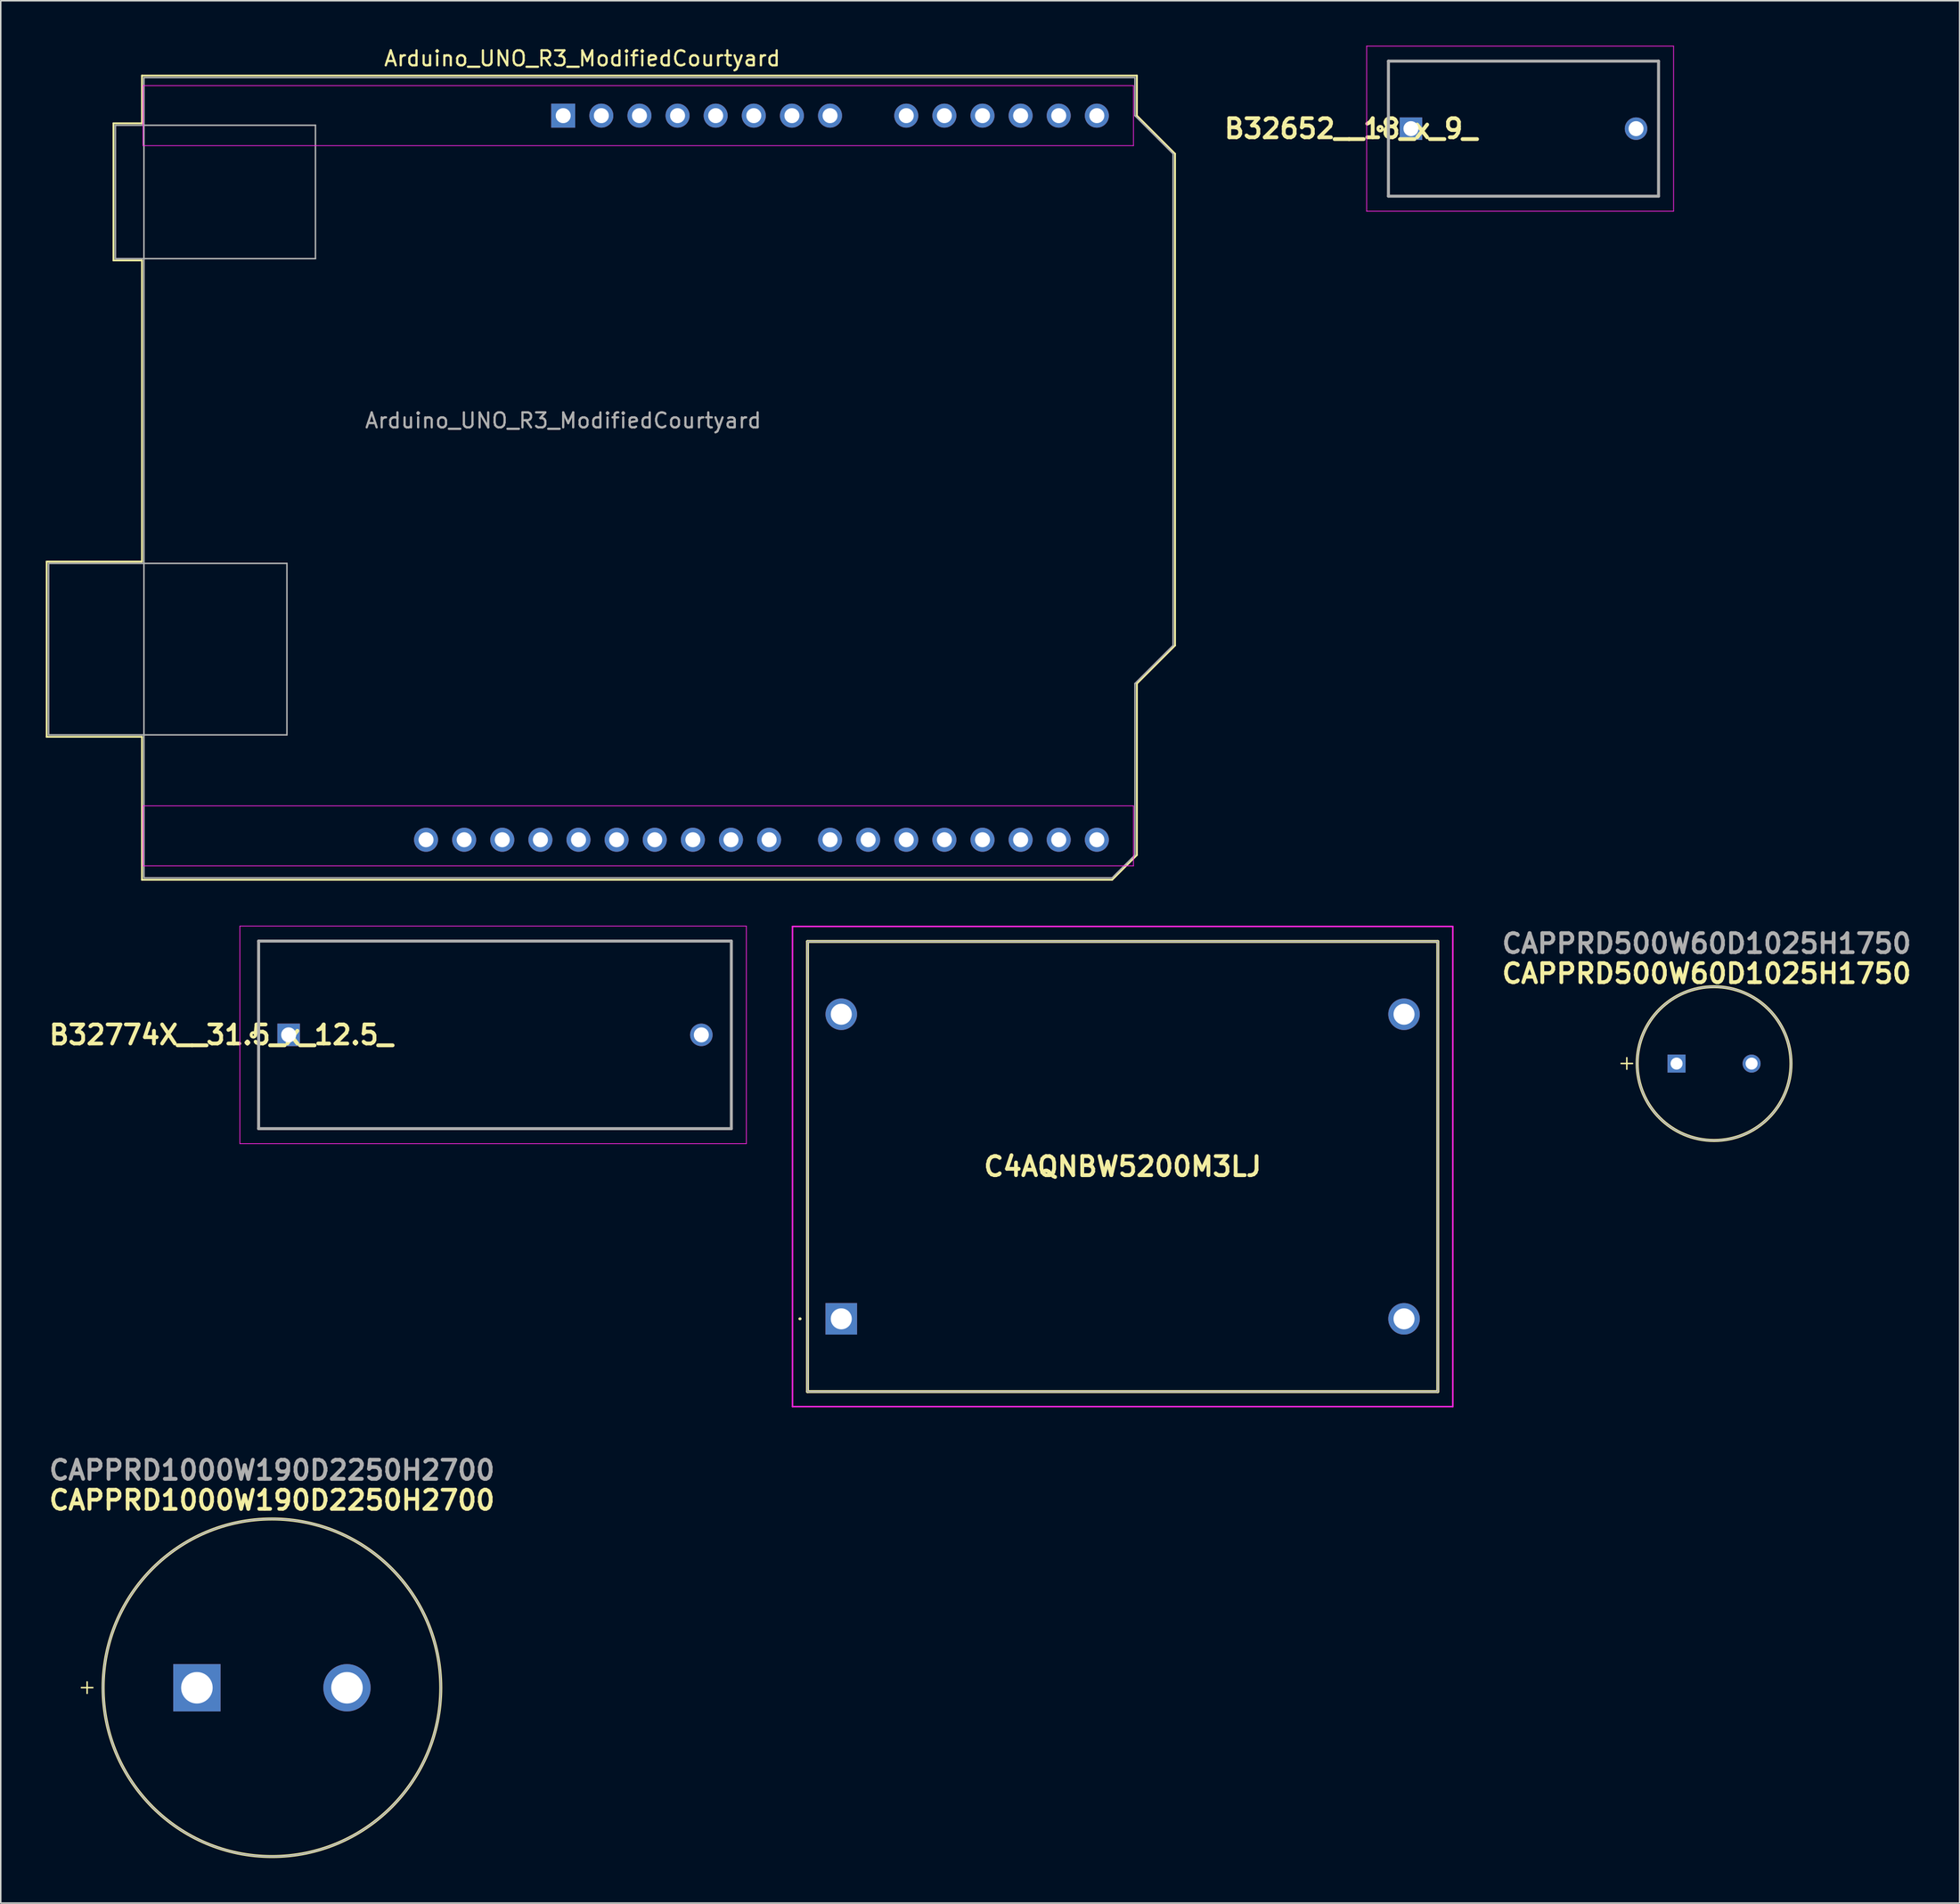
<source format=kicad_pcb>
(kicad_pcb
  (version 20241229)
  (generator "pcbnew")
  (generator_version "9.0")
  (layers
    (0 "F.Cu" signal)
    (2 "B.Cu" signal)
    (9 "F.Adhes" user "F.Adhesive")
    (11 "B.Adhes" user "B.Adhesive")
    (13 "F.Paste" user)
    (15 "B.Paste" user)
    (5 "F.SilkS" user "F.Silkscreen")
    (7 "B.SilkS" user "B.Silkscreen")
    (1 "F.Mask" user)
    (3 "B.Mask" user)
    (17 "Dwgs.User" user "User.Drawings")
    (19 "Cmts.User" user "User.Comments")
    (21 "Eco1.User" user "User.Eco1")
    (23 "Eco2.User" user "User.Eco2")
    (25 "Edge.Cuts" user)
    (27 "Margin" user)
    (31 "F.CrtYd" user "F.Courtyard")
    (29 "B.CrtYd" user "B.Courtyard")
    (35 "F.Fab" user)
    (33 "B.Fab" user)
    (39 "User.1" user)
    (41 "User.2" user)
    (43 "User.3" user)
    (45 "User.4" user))
  (footprint "C4AQNBW5200M3LJ"
    (layer "F.Cu")
    (at 53.009 84.848)
    (property "Reference" "C4AQNBW5200M3LJ" (at 18.75 -10.15 0) (layer "F.SilkS") (effects (font (size 1.27 1.27) (thickness 0.254))))
    (attr through_hole)
    (fp_line (start -2.8 0) (end -2.8 0) (stroke (width 0.1) (type solid)) (layer "F.SilkS"))
    (fp_line (start -2.7 0) (end -2.7 0) (stroke (width 0.1) (type solid)) (layer "F.SilkS"))
    (fp_line (start -2.25 -25.15) (end 39.75 -25.15) (stroke (width 0.2) (type solid)) (layer "F.SilkS"))
    (fp_line (start -2.25 4.85) (end -2.25 -25.15) (stroke (width 0.2) (type solid)) (layer "F.SilkS"))
    (fp_line (start 39.75 -25.15) (end 39.75 4.85) (stroke (width 0.2) (type solid)) (layer "F.SilkS"))
    (fp_line (start 39.75 4.85) (end -2.25 4.85) (stroke (width 0.2) (type solid)) (layer "F.SilkS"))
    (fp_arc (start -2.8 0) (mid -2.75 -0.05) (end -2.7 0) (stroke (width 0.1) (type solid)) (layer "F.SilkS"))
    (fp_arc (start -2.7 0) (mid -2.75 0.05) (end -2.8 0) (stroke (width 0.1) (type solid)) (layer "F.SilkS"))
    (fp_line (start -3.25 -26.15) (end 40.75 -26.15) (stroke (width 0.1) (type solid)) (layer "F.CrtYd"))
    (fp_line (start -3.25 5.85) (end -3.25 -26.15) (stroke (width 0.1) (type solid)) (layer "F.CrtYd"))
    (fp_line (start 40.75 -26.15) (end 40.75 5.85) (stroke (width 0.1) (type solid)) (layer "F.CrtYd"))
    (fp_line (start 40.75 5.85) (end -3.25 5.85) (stroke (width 0.1) (type solid)) (layer "F.CrtYd"))
    (fp_line (start -2.25 -25.15) (end 39.75 -25.15) (stroke (width 0.1) (type solid)) (layer "F.Fab"))
    (fp_line (start -2.25 4.85) (end -2.25 -25.15) (stroke (width 0.1) (type solid)) (layer "F.Fab"))
    (fp_line (start 39.75 -25.15) (end 39.75 4.85) (stroke (width 0.1) (type solid)) (layer "F.Fab"))
    (fp_line (start 39.75 4.85) (end -2.25 4.85) (stroke (width 0.1) (type solid)) (layer "F.Fab"))
    (pad "1" thru_hole rect (at 0 0) (size 2.1 2.1) (drill 1.4) (layers "*.Cu" "*.Mask"))
    (pad "2" thru_hole circle (at 37.5 0) (size 2.1 2.1) (drill 1.4) (layers "*.Cu" "*.Mask"))
    (pad "3" thru_hole circle (at 0 -20.3) (size 2.1 2.1) (drill 1.4) (layers "*.Cu" "*.Mask"))
    (pad "4" thru_hole circle (at 37.5 -20.3) (size 2.1 2.1) (drill 1.4) (layers "*.Cu" "*.Mask")))
  (footprint "B32774X__31.5_x_12.5_"
    (layer "F.Cu")
    (at 16.184 65.923)
    (property "Reference" "B32774X__31.5_x_12.5_" (at -4.5 0 0) (layer "F.SilkS") (effects (font (size 1.27 1.27) (thickness 0.254))))
    (attr through_hole)
    (fp_line (start -2 -6.25) (end 29.5 -6.25) (stroke (width 0.1) (type solid)) (layer "F.SilkS"))
    (fp_line (start -2 6.25) (end -2 -6.25) (stroke (width 0.1) (type solid)) (layer "F.SilkS"))
    (fp_line (start 29.5 -6.25) (end 29.5 6.25) (stroke (width 0.1) (type solid)) (layer "F.SilkS"))
    (fp_line (start 29.5 6.25) (end -2 6.25) (stroke (width 0.1) (type solid)) (layer "F.SilkS"))
    (fp_circle (center -2.35 0) (end -2.35 0.05) (stroke (width 0.2) (type solid)) (fill no) (layer "F.SilkS"))
    (fp_line (start -3.25 -7.25) (end 30.5 -7.25) (stroke (width 0.05) (type solid)) (layer "F.CrtYd"))
    (fp_line (start -3.25 7.25) (end -3.25 -7.25) (stroke (width 0.05) (type solid)) (layer "F.CrtYd"))
    (fp_line (start 30.5 -7.25) (end 30.5 7.25) (stroke (width 0.05) (type solid)) (layer "F.CrtYd"))
    (fp_line (start 30.5 7.25) (end -3.25 7.25) (stroke (width 0.05) (type solid)) (layer "F.CrtYd"))
    (fp_line (start -2 -6.25) (end 29.5 -6.25) (stroke (width 0.2) (type solid)) (layer "F.Fab"))
    (fp_line (start -2 6.25) (end -2 -6.25) (stroke (width 0.2) (type solid)) (layer "F.Fab"))
    (fp_line (start 29.5 -6.25) (end 29.5 6.25) (stroke (width 0.2) (type solid)) (layer "F.Fab"))
    (fp_line (start 29.5 6.25) (end -2 6.25) (stroke (width 0.2) (type solid)) (layer "F.Fab"))
    (pad "1" thru_hole rect (at 0 0) (size 1.5 1.5) (drill 1) (layers "*.Cu" "*.Mask"))
    (pad "2" thru_hole circle (at 27.5 0) (size 1.5 1.5) (drill 1) (layers "*.Cu" "*.Mask")))
  (footprint "B32652__18_x_9_"
    (layer "F.Cu")
    (at 90.97 5.525)
    (property "Reference" "B32652__18_x_9_" (at -4 0 0) (layer "F.SilkS") (effects (font (size 1.27 1.27) (thickness 0.254))))
    (attr through_hole)
    (fp_line (start -1.5 -4.5) (end 16.5 -4.5) (stroke (width 0.1) (type solid)) (layer "F.SilkS"))
    (fp_line (start -1.5 4.5) (end -1.5 -4.5) (stroke (width 0.1) (type solid)) (layer "F.SilkS"))
    (fp_line (start 16.5 -4.5) (end 16.5 4.5) (stroke (width 0.1) (type solid)) (layer "F.SilkS"))
    (fp_line (start 16.5 4.5) (end -1.5 4.5) (stroke (width 0.1) (type solid)) (layer "F.SilkS"))
    (fp_circle (center -2.05 0) (end -2.05 0.05) (stroke (width 0.2) (type solid)) (fill no) (layer "F.SilkS"))
    (fp_line (start -2.95 -5.5) (end 17.5 -5.5) (stroke (width 0.05) (type solid)) (layer "F.CrtYd"))
    (fp_line (start -2.95 5.5) (end -2.95 -5.5) (stroke (width 0.05) (type solid)) (layer "F.CrtYd"))
    (fp_line (start 17.5 -5.5) (end 17.5 5.5) (stroke (width 0.05) (type solid)) (layer "F.CrtYd"))
    (fp_line (start 17.5 5.5) (end -2.95 5.5) (stroke (width 0.05) (type solid)) (layer "F.CrtYd"))
    (fp_line (start -1.5 -4.5) (end 16.5 -4.5) (stroke (width 0.2) (type solid)) (layer "F.Fab"))
    (fp_line (start -1.5 4.5) (end -1.5 -4.5) (stroke (width 0.2) (type solid)) (layer "F.Fab"))
    (fp_line (start 16.5 -4.5) (end 16.5 4.5) (stroke (width 0.2) (type solid)) (layer "F.Fab"))
    (fp_line (start 16.5 4.5) (end -1.5 4.5) (stroke (width 0.2) (type solid)) (layer "F.Fab"))
    (pad "1" thru_hole rect (at 0 0) (size 1.5 1.5) (drill 1) (layers "*.Cu" "*.Mask"))
    (pad "2" thru_hole circle (at 15 0) (size 1.5 1.5) (drill 1) (layers "*.Cu" "*.Mask")))
  (footprint "CAPPRD500W60D1025H1750"
    (layer "F.Cu")
    (at 108.67 67.837)
    (property "Reference" "CAPPRD500W60D1025H1750" (at 2 -6 0) (layer "F.SilkS") (effects (font (size 1.27 1.27) (thickness 0.254))))
    (attr through_hole)
    (fp_circle (center 2.5 0) (end 2.5 5.125) (stroke (width 0.2) (type solid)) (fill no) (layer "F.SilkS"))
    (fp_circle (center 2.5 0) (end 2.5 5.125) (stroke (width 0.1) (type solid)) (fill no) (layer "F.Fab"))
    (fp_text user "+" (at -4 0.5 0) (unlocked yes) (layer "F.SilkS") (effects (font (size 1 1) (thickness 0.1)) (justify left bottom)))
    (fp_text user "${REFERENCE}" (at 2 -8 0) (layer "F.Fab") (effects (font (size 1.27 1.27) (thickness 0.254))))
    (pad "1" thru_hole rect (at 0 0) (size 1.2 1.2) (drill 0.8) (layers "*.Cu" "*.Mask"))
    (pad "2" thru_hole circle (at 5 0) (size 1.2 1.2) (drill 0.8) (layers "*.Cu" "*.Mask")))
  (footprint "CAPPRD1000W190D2250H2700"
    (layer "F.Cu")
    (at 10.071 109.437)
    (property "Reference" "CAPPRD1000W190D2250H2700" (at 5 -12.5 0) (layer "F.SilkS") (effects (font (size 1.27 1.27) (thickness 0.254))))
    (attr through_hole)
    (fp_circle (center 5 0) (end 5 11.25) (stroke (width 0.2) (type solid)) (fill no) (layer "F.SilkS"))
    (fp_circle (center 5 0) (end 5 11.25) (stroke (width 0.1) (type solid)) (fill no) (layer "F.Fab"))
    (fp_text user "+" (at -8 0.5 0) (unlocked yes) (layer "F.SilkS") (effects (font (size 1 1) (thickness 0.1)) (justify left bottom)))
    (fp_text user "${REFERENCE}" (at 5 -14.5 0) (layer "F.Fab") (effects (font (size 1.27 1.27) (thickness 0.254))))
    (pad "1" thru_hole rect (at 0 0) (size 3.15 3.15) (drill 2.1) (layers "*.Cu" "*.Mask"))
    (pad "2" thru_hole circle (at 10 0) (size 3.15 3.15) (drill 2.1) (layers "*.Cu" "*.Mask")))
  (footprint "Arduino_UNO_R3_ModifiedCourtyard"
    (layer "F.Cu")
    (at 34.48 4.658)
    (property "Reference" "Arduino_UNO_R3_ModifiedCourtyard" (at 1.27 -3.81 180) (layer "F.SilkS") (effects (font (size 1 1) (thickness 0.15))))
    (attr through_hole allow_missing_courtyard)
    (fp_line (start -34.42 29.72) (end -34.42 41.4) (stroke (width 0.12) (type solid)) (layer "F.SilkS"))
    (fp_line (start -34.42 41.4) (end -28.07 41.4) (stroke (width 0.12) (type solid)) (layer "F.SilkS"))
    (fp_line (start -29.97 0.51) (end -29.97 9.65) (stroke (width 0.12) (type solid)) (layer "F.SilkS"))
    (fp_line (start -29.97 9.65) (end -28.07 9.65) (stroke (width 0.12) (type solid)) (layer "F.SilkS"))
    (fp_line (start -28.07 -2.67) (end -28.07 0.51) (stroke (width 0.12) (type solid)) (layer "F.SilkS"))
    (fp_line (start -28.07 0.51) (end -29.97 0.51) (stroke (width 0.12) (type solid)) (layer "F.SilkS"))
    (fp_line (start -28.07 9.65) (end -28.07 29.72) (stroke (width 0.12) (type solid)) (layer "F.SilkS"))
    (fp_line (start -28.07 29.72) (end -34.42 29.72) (stroke (width 0.12) (type solid)) (layer "F.SilkS"))
    (fp_line (start -28.07 41.4) (end -28.07 50.93) (stroke (width 0.12) (type solid)) (layer "F.SilkS"))
    (fp_line (start -28.07 50.93) (end 36.58 50.93) (stroke (width 0.12) (type solid)) (layer "F.SilkS"))
    (fp_line (start 36.58 50.93) (end 38.23 49.28) (stroke (width 0.12) (type solid)) (layer "F.SilkS"))
    (fp_line (start 38.23 -2.67) (end -28.07 -2.67) (stroke (width 0.12) (type solid)) (layer "F.SilkS"))
    (fp_line (start 38.23 0) (end 38.23 -2.67) (stroke (width 0.12) (type solid)) (layer "F.SilkS"))
    (fp_line (start 38.23 37.85) (end 40.77 35.31) (stroke (width 0.12) (type solid)) (layer "F.SilkS"))
    (fp_line (start 38.23 49.28) (end 38.23 37.85) (stroke (width 0.12) (type solid)) (layer "F.SilkS"))
    (fp_line (start 40.77 2.54) (end 38.23 0) (stroke (width 0.12) (type solid)) (layer "F.SilkS"))
    (fp_line (start 40.77 35.31) (end 40.77 2.54) (stroke (width 0.12) (type solid)) (layer "F.SilkS"))
    (fp_line (start -28 -2) (end -28 2) (stroke (width 0.05) (type solid)) (layer "F.CrtYd"))
    (fp_line (start -28 -2) (end 38 -2) (stroke (width 0.05) (type solid)) (layer "F.CrtYd"))
    (fp_line (start -28 2) (end 38 2) (stroke (width 0.05) (type solid)) (layer "F.CrtYd"))
    (fp_line (start -28 46) (end -28 50) (stroke (width 0.05) (type solid)) (layer "F.CrtYd"))
    (fp_line (start -28 46) (end 38 46) (stroke (width 0.05) (type solid)) (layer "F.CrtYd"))
    (fp_line (start -28 50) (end 38 50) (stroke (width 0.05) (type solid)) (layer "F.CrtYd"))
    (fp_line (start 38 -2) (end 38 2) (stroke (width 0.05) (type solid)) (layer "F.CrtYd"))
    (fp_line (start 38 46) (end 38 50) (stroke (width 0.05) (type solid)) (layer "F.CrtYd"))
    (fp_line (start -34.29 29.84) (end -18.41 29.84) (stroke (width 0.1) (type solid)) (layer "F.Fab"))
    (fp_line (start -34.29 41.27) (end -34.29 29.84) (stroke (width 0.1) (type solid)) (layer "F.Fab"))
    (fp_line (start -29.84 0.64) (end -16.51 0.64) (stroke (width 0.1) (type solid)) (layer "F.Fab"))
    (fp_line (start -29.84 9.53) (end -29.84 0.64) (stroke (width 0.1) (type solid)) (layer "F.Fab"))
    (fp_line (start -27.94 -2.54) (end 38.1 -2.54) (stroke (width 0.1) (type solid)) (layer "F.Fab"))
    (fp_line (start -27.94 50.8) (end -27.94 -2.54) (stroke (width 0.1) (type solid)) (layer "F.Fab"))
    (fp_line (start -18.41 29.84) (end -18.41 41.27) (stroke (width 0.1) (type solid)) (layer "F.Fab"))
    (fp_line (start -18.41 41.27) (end -34.29 41.27) (stroke (width 0.1) (type solid)) (layer "F.Fab"))
    (fp_line (start -16.51 0.64) (end -16.51 9.53) (stroke (width 0.1) (type solid)) (layer "F.Fab"))
    (fp_line (start -16.51 9.53) (end -29.84 9.53) (stroke (width 0.1) (type solid)) (layer "F.Fab"))
    (fp_line (start 36.58 50.8) (end -27.94 50.8) (stroke (width 0.1) (type solid)) (layer "F.Fab"))
    (fp_line (start 38.1 -2.54) (end 38.1 0) (stroke (width 0.1) (type solid)) (layer "F.Fab"))
    (fp_line (start 38.1 0) (end 40.64 2.54) (stroke (width 0.1) (type solid)) (layer "F.Fab"))
    (fp_line (start 38.1 37.85) (end 38.1 49.28) (stroke (width 0.1) (type solid)) (layer "F.Fab"))
    (fp_line (start 38.1 49.28) (end 36.58 50.8) (stroke (width 0.1) (type solid)) (layer "F.Fab"))
    (fp_line (start 40.64 2.54) (end 40.64 35.31) (stroke (width 0.1) (type solid)) (layer "F.Fab"))
    (fp_line (start 40.64 35.31) (end 38.1 37.85) (stroke (width 0.1) (type solid)) (layer "F.Fab"))
    (fp_text user "${REFERENCE}" (at 0 20.32 180) (layer "F.Fab") (effects (font (size 1 1) (thickness 0.15))))
    (pad "1" thru_hole rect (at 0 0 90) (size 1.6 1.6) (drill 1) (layers "*.Cu" "*.Mask"))
    (pad "2" thru_hole oval (at 2.54 0 90) (size 1.6 1.6) (drill 1) (layers "*.Cu" "*.Mask"))
    (pad "3" thru_hole oval (at 5.08 0 90) (size 1.6 1.6) (drill 1) (layers "*.Cu" "*.Mask"))
    (pad "4" thru_hole oval (at 7.62 0 90) (size 1.6 1.6) (drill 1) (layers "*.Cu" "*.Mask"))
    (pad "5" thru_hole oval (at 10.16 0 90) (size 1.6 1.6) (drill 1) (layers "*.Cu" "*.Mask"))
    (pad "6" thru_hole oval (at 12.7 0 90) (size 1.6 1.6) (drill 1) (layers "*.Cu" "*.Mask"))
    (pad "7" thru_hole oval (at 15.24 0 90) (size 1.6 1.6) (drill 1) (layers "*.Cu" "*.Mask"))
    (pad "8" thru_hole oval (at 17.78 0 90) (size 1.6 1.6) (drill 1) (layers "*.Cu" "*.Mask"))
    (pad "9" thru_hole oval (at 22.86 0 90) (size 1.6 1.6) (drill 1) (layers "*.Cu" "*.Mask"))
    (pad "10" thru_hole oval (at 25.4 0 90) (size 1.6 1.6) (drill 1) (layers "*.Cu" "*.Mask"))
    (pad "11" thru_hole oval (at 27.94 0 90) (size 1.6 1.6) (drill 1) (layers "*.Cu" "*.Mask"))
    (pad "12" thru_hole oval (at 30.48 0 90) (size 1.6 1.6) (drill 1) (layers "*.Cu" "*.Mask"))
    (pad "13" thru_hole oval (at 33.02 0 90) (size 1.6 1.6) (drill 1) (layers "*.Cu" "*.Mask"))
    (pad "14" thru_hole oval (at 35.56 0 90) (size 1.6 1.6) (drill 1) (layers "*.Cu" "*.Mask"))
    (pad "15" thru_hole oval (at 35.56 48.26 90) (size 1.6 1.6) (drill 1) (layers "*.Cu" "*.Mask"))
    (pad "16" thru_hole oval (at 33.02 48.26 90) (size 1.6 1.6) (drill 1) (layers "*.Cu" "*.Mask"))
    (pad "17" thru_hole oval (at 30.48 48.26 90) (size 1.6 1.6) (drill 1) (layers "*.Cu" "*.Mask"))
    (pad "18" thru_hole oval (at 27.94 48.26 90) (size 1.6 1.6) (drill 1) (layers "*.Cu" "*.Mask"))
    (pad "19" thru_hole oval (at 25.4 48.26 90) (size 1.6 1.6) (drill 1) (layers "*.Cu" "*.Mask"))
    (pad "20" thru_hole oval (at 22.86 48.26 90) (size 1.6 1.6) (drill 1) (layers "*.Cu" "*.Mask"))
    (pad "21" thru_hole oval (at 20.32 48.26 90) (size 1.6 1.6) (drill 1) (layers "*.Cu" "*.Mask"))
    (pad "22" thru_hole oval (at 17.78 48.26 90) (size 1.6 1.6) (drill 1) (layers "*.Cu" "*.Mask"))
    (pad "23" thru_hole oval (at 13.72 48.26 90) (size 1.6 1.6) (drill 1) (layers "*.Cu" "*.Mask"))
    (pad "24" thru_hole oval (at 11.18 48.26 90) (size 1.6 1.6) (drill 1) (layers "*.Cu" "*.Mask"))
    (pad "25" thru_hole oval (at 8.64 48.26 90) (size 1.6 1.6) (drill 1) (layers "*.Cu" "*.Mask"))
    (pad "26" thru_hole oval (at 6.1 48.26 90) (size 1.6 1.6) (drill 1) (layers "*.Cu" "*.Mask"))
    (pad "27" thru_hole oval (at 3.56 48.26 90) (size 1.6 1.6) (drill 1) (layers "*.Cu" "*.Mask"))
    (pad "28" thru_hole oval (at 1.02 48.26 90) (size 1.6 1.6) (drill 1) (layers "*.Cu" "*.Mask"))
    (pad "29" thru_hole oval (at -1.52 48.26 90) (size 1.6 1.6) (drill 1) (layers "*.Cu" "*.Mask"))
    (pad "30" thru_hole oval (at -4.06 48.26 90) (size 1.6 1.6) (drill 1) (layers "*.Cu" "*.Mask"))
    (pad "31" thru_hole oval (at -6.6 48.26 90) (size 1.6 1.6) (drill 1) (layers "*.Cu" "*.Mask"))
    (pad "32" thru_hole oval (at -9.14 48.26 90) (size 1.6 1.6) (drill 1) (layers "*.Cu" "*.Mask")))
  (gr_rect
    (start -3 -3)
    (end 127.531 123.787)
    (stroke (width 0.1) (type default))
    (fill no)
    (layer "Edge.Cuts")))
</source>
